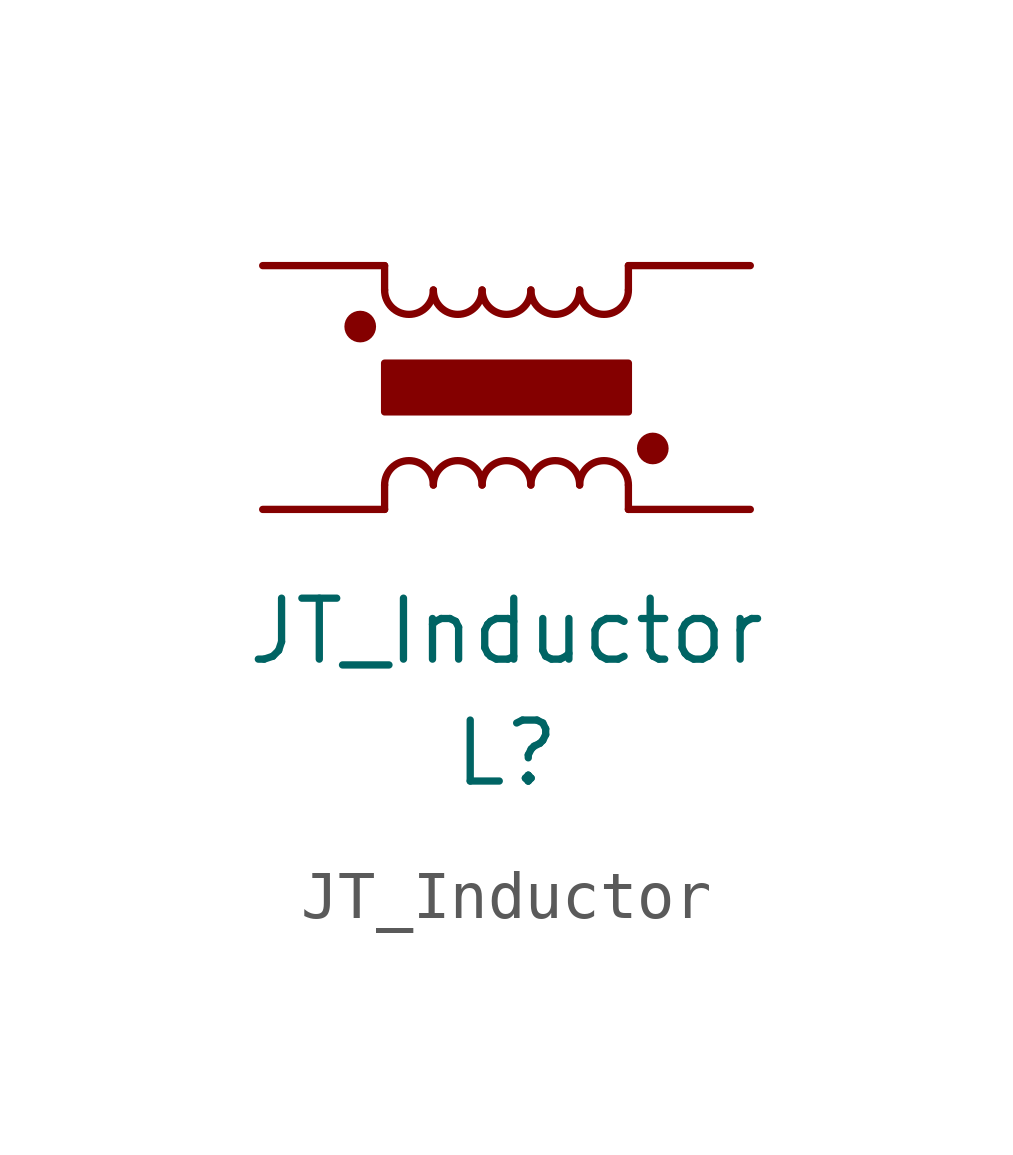
<source format=kicad_sym>
(kicad_symbol_lib
  (version 20211014)
  (generator kicad_symbol_editor)
  (symbol "JT_Inductor"
    (property "Reference" "L"
      (at 0 -7.62 0)
      (effects (font (size 1.27 1.27))))
    (property "Value" "JT_Inductor"
      (at 0 -5.08 0)
      (effects (font (size 1.27 1.27))))
    (symbol "JT_Inductor_0_1"
      (circle (center -3.048 1.27) (radius 0.254) (stroke (width 0) (type default) (color 0 0 0 0)) (fill (type outline)))
      (rectangle (start -2.54 0.508) (end 2.54 -0.508) (stroke (width 0.152) (type default) (color 0 0 0 0)) (fill (type outline)))
      (arc (start -2.54 2.032) (mid -2.032 1.524) (end -1.524 2.032) (stroke (width 0) (type default) (color 0 0 0 0)) (fill (type none)))
      (arc (start -1.524 -2.032) (mid -2.032 -1.524) (end -2.54 -2.032) (stroke (width 0) (type default) (color 0 0 0 0)) (fill (type none)))
      (arc (start -1.524 2.032) (mid -1.016 1.524) (end -0.508 2.032) (stroke (width 0) (type default) (color 0 0 0 0)) (fill (type none)))
      (arc (start -0.508 -2.032) (mid -1.016 -1.524) (end -1.524 -2.032) (stroke (width 0) (type default) (color 0 0 0 0)) (fill (type none)))
      (arc (start -0.508 2.032) (mid 0 1.524) (end 0.508 2.032) (stroke (width 0) (type default) (color 0 0 0 0)) (fill (type none)))
      (polyline (pts (xy -2.54 -2.032) (xy -2.54 -2.54)) (stroke (width 0) (type default) (color 0 0 0 0)) (fill (type none)))
      (polyline (pts (xy -2.54 2.032) (xy -2.54 2.54)) (stroke (width 0) (type default) (color 0 0 0 0)) (fill (type none)))
      (polyline (pts (xy 2.54 -2.032) (xy 2.54 -2.54)) (stroke (width 0) (type default) (color 0 0 0 0)) (fill (type none)))
      (polyline (pts (xy 2.54 2.54) (xy 2.54 2.032)) (stroke (width 0) (type default) (color 0 0 0 0)) (fill (type none)))
      (arc (start 0.508 -2.032) (mid 0 -1.524) (end -0.508 -2.032) (stroke (width 0) (type default) (color 0 0 0 0)) (fill (type none)))
      (arc (start 0.508 2.032) (mid 1.016 1.524) (end 1.524 2.032) (stroke (width 0) (type default) (color 0 0 0 0)) (fill (type none)))
      (arc (start 1.524 -2.032) (mid 1.016 -1.524) (end 0.508 -2.032) (stroke (width 0) (type default) (color 0 0 0 0)) (fill (type none)))
      (arc (start 1.524 2.032) (mid 2.032 1.524) (end 2.54 2.032) (stroke (width 0) (type default) (color 0 0 0 0)) (fill (type none)))
      (arc (start 2.54 -2.032) (mid 2.032 -1.524) (end 1.524 -2.032) (stroke (width 0) (type default) (color 0 0 0 0)) (fill (type none)))
      (circle (center 3.048 -1.27) (radius 0.254) (stroke (width 0) (type default) (color 0 0 0 0)) (fill (type outline))))
    (symbol "JT_Inductor_1_1"
      (pin passive line (at -5.08 -2.54 0) (length 2.54) (name "" (effects (font (size 1.27 1.27)))) (number "" (effects (font (size 1.27 1.27)))))
      (pin passive line (at -5.08 2.54 0) (length 2.54) (name "" (effects (font (size 1.27 1.27)))) (number "" (effects (font (size 1.27 1.27)))))
      (pin passive line (at 5.08 -2.54 180) (length 2.54) (name "" (effects (font (size 1.27 1.27)))) (number "" (effects (font (size 1.27 1.27)))))
      (pin passive line (at 5.08 2.54 180) (length 2.54) (name "" (effects (font (size 1.27 1.27)))) (number "" (effects (font (size 1.27 1.27))))))))
</source>
